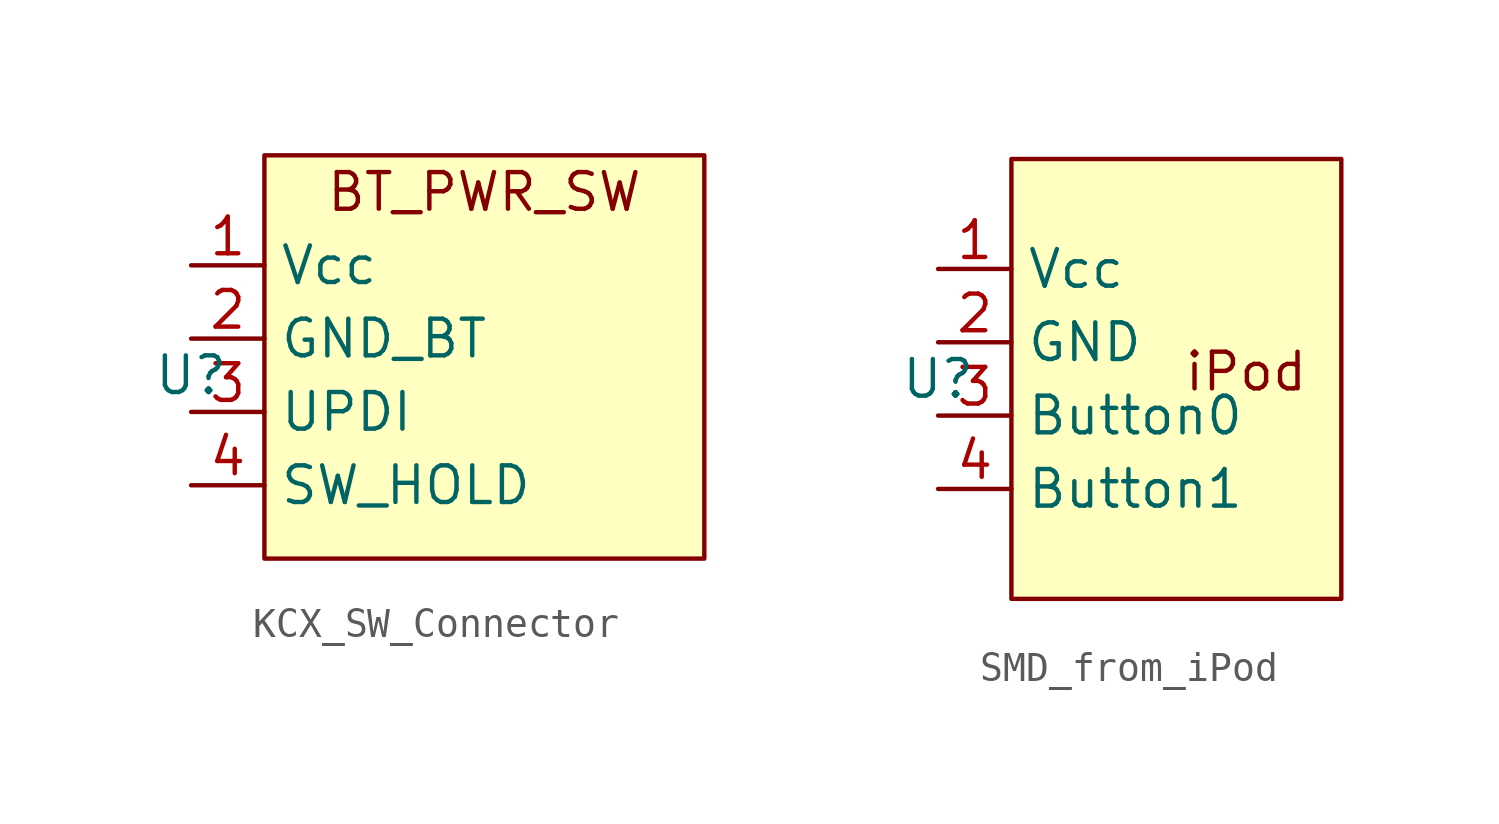
<source format=kicad_sym>
(kicad_symbol_lib
  (version 20241209)
  (generator "kicad_symbol_editor")
  (generator_version "9.0")
  (symbol "KCX_SW_Connector"
    (property "Reference" "U"
      (at 0 0 0)
      (effects (font (size 1.27 1.27))))
    (property "Value" ""
      (at 0 0 0)
      (effects (font (size 1.27 1.27))))
    (symbol "KCX_SW_Connector_1_1"
      (rectangle (start 2.54 7.62) (end 17.78 -6.35) (stroke (width 0) (type solid)) (fill (type background)))
      (text "BT_PWR_SW" (at 10.16 6.35 0) (effects (font (size 1.27 1.27))))
      (pin power_in line (at 0 3.81 0) (length 2.54) (name "Vcc" (effects (font (size 1.27 1.27)))) (number "1" (effects (font (size 1.27 1.27)))))
      (pin power_in line (at 0 1.27 0) (length 2.54) (name "GND_BT" (effects (font (size 1.27 1.27)))) (number "2" (effects (font (size 1.27 1.27)))))
      (pin output line (at 0 -1.27 0) (length 2.54) (name "UPDI" (effects (font (size 1.27 1.27)))) (number "3" (effects (font (size 1.27 1.27)))))
      (pin output line (at 0 -3.81 0) (length 2.54) (name "SW_HOLD" (effects (font (size 1.27 1.27)))) (number "4" (effects (font (size 1.27 1.27)))))))
  (symbol "SMD_from_iPod"
    (property "Reference" "U"
      (at 0 0 0)
      (effects (font (size 1.27 1.27))))
    (property "Value" ""
      (at 0 0 0)
      (effects (font (size 1.27 1.27))))
    (symbol "SMD_from_iPod_1_1"
      (rectangle (start 2.54 7.62) (end 13.97 -7.62) (stroke (width 0) (type solid)) (fill (type background)))
      (text "iPod" (at 10.668 0.254 0) (effects (font (size 1.27 1.27))))
      (pin power_out line (at 0 3.81 0) (length 2.54) (name "Vcc" (effects (font (size 1.27 1.27)))) (number "1" (effects (font (size 1.27 1.27)))))
      (pin power_out line (at 0 1.27 0) (length 2.54) (name "GND" (effects (font (size 1.27 1.27)))) (number "2" (effects (font (size 1.27 1.27)))))
      (pin output line (at 0 -1.27 0) (length 2.54) (name "Button0" (effects (font (size 1.27 1.27)))) (number "3" (effects (font (size 1.27 1.27)))))
      (pin output line (at 0 -3.81 0) (length 2.54) (name "Button1" (effects (font (size 1.27 1.27)))) (number "4" (effects (font (size 1.27 1.27))))))))
</source>
